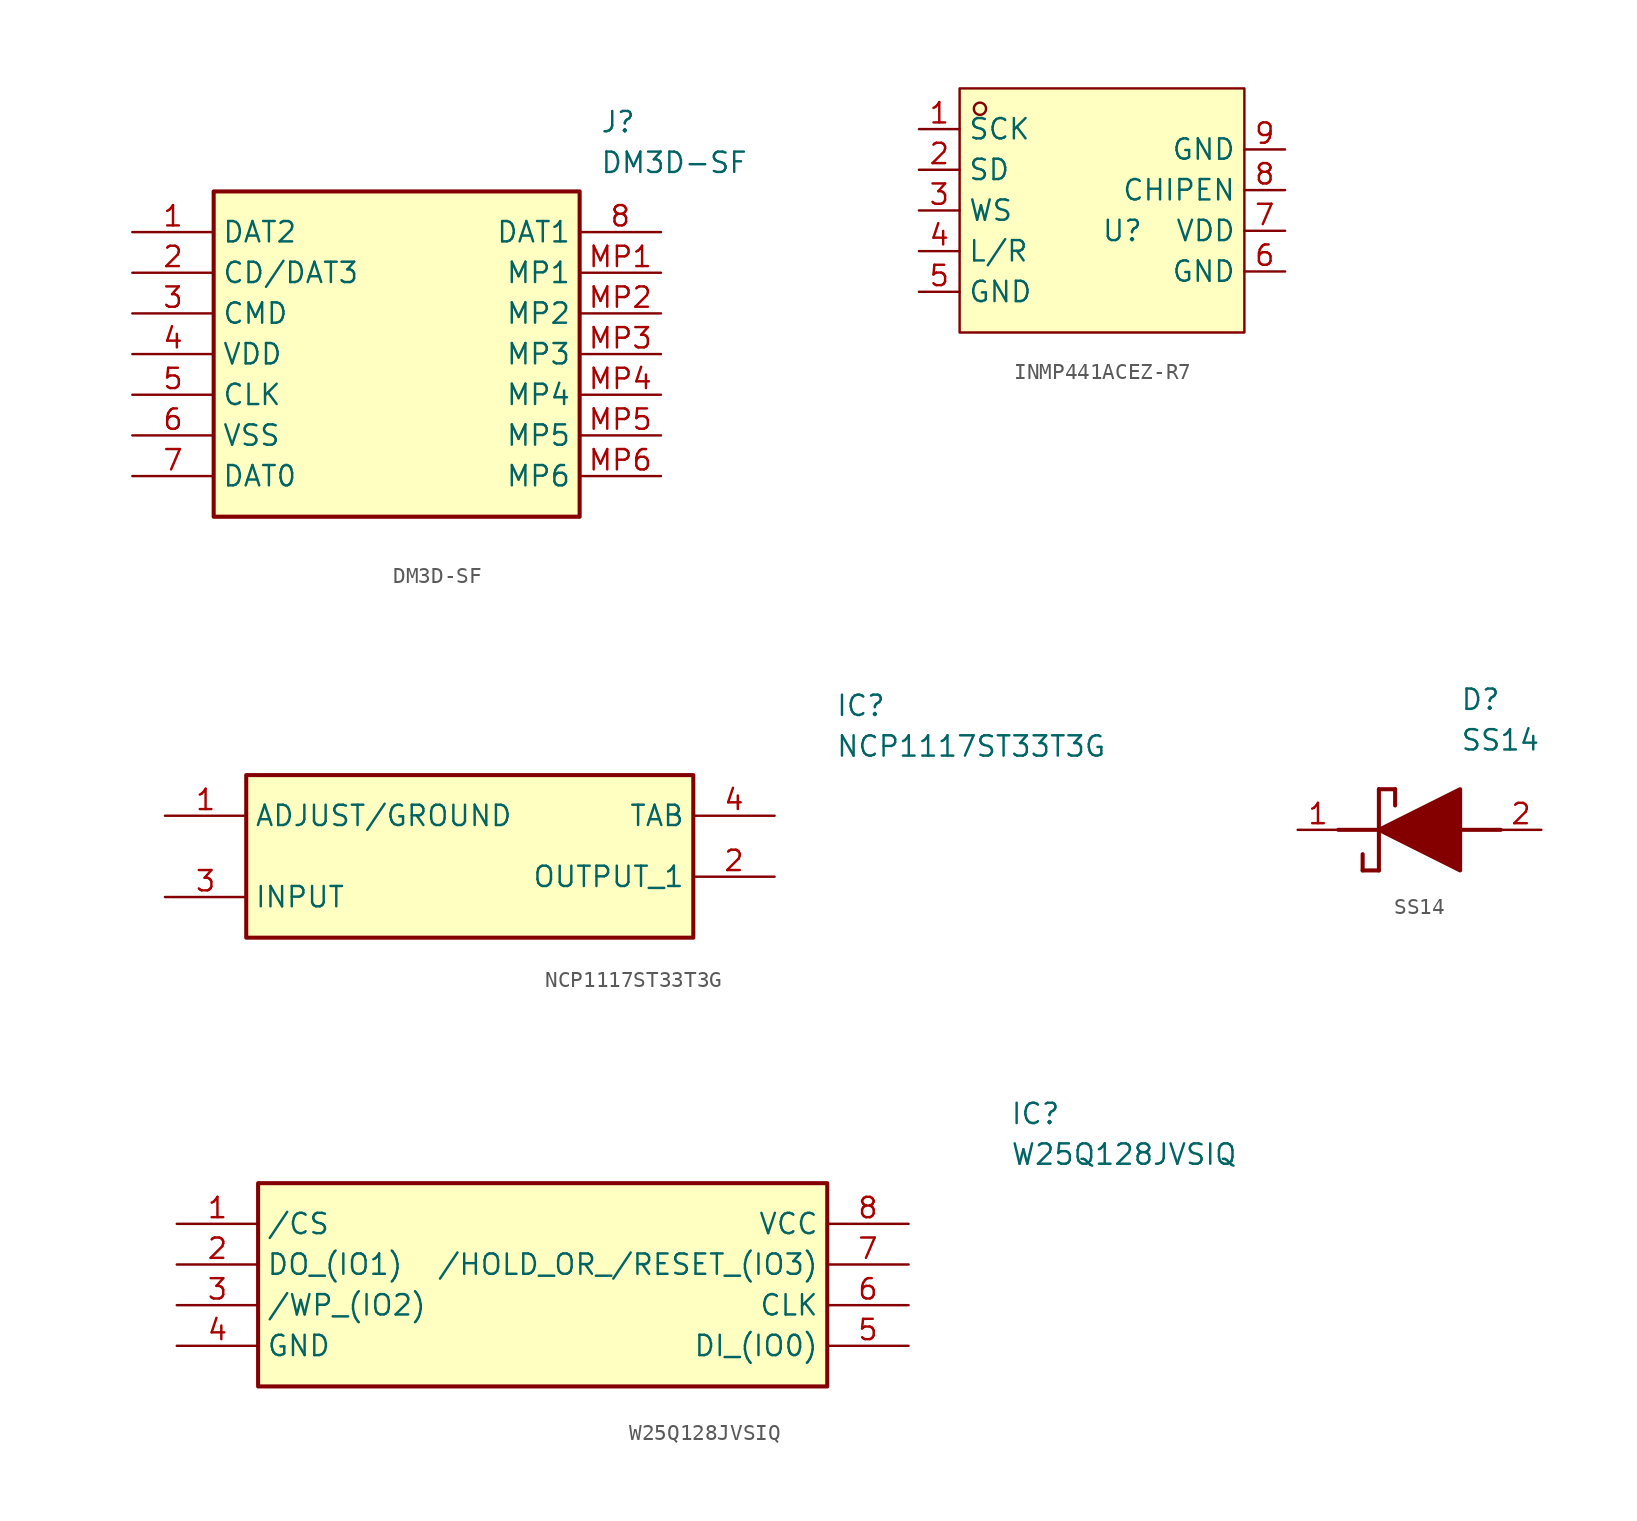
<source format=kicad_sym>
(kicad_symbol_lib
  (version 20241209)
  (generator "kicad_symbol_editor")
  (generator_version "9.0")
  (symbol "DM3D-SF"
    (property "Reference" "J"
      (at 29.21 7.62 0)
      (effects (font (size 1.27 1.27)) (justify left top)))
    (property "Value" "DM3D-SF"
      (at 29.21 5.08 0)
      (effects (font (size 1.27 1.27)) (justify left top)))
    (symbol "DM3D-SF_1_1"
      (rectangle (start 5.08 2.54) (end 27.94 -17.78) (stroke (width 0.254) (type default)) (fill (type background)))
      (pin passive line (at 0 0 0) (length 5.08) (name "DAT2" (effects (font (size 1.27 1.27)))) (number "1" (effects (font (size 1.27 1.27)))))
      (pin passive line (at 0 -2.54 0) (length 5.08) (name "CD/DAT3" (effects (font (size 1.27 1.27)))) (number "2" (effects (font (size 1.27 1.27)))))
      (pin passive line (at 0 -5.08 0) (length 5.08) (name "CMD" (effects (font (size 1.27 1.27)))) (number "3" (effects (font (size 1.27 1.27)))))
      (pin passive line (at 0 -7.62 0) (length 5.08) (name "VDD" (effects (font (size 1.27 1.27)))) (number "4" (effects (font (size 1.27 1.27)))))
      (pin passive line (at 0 -10.16 0) (length 5.08) (name "CLK" (effects (font (size 1.27 1.27)))) (number "5" (effects (font (size 1.27 1.27)))))
      (pin passive line (at 0 -12.7 0) (length 5.08) (name "VSS" (effects (font (size 1.27 1.27)))) (number "6" (effects (font (size 1.27 1.27)))))
      (pin passive line (at 0 -15.24 0) (length 5.08) (name "DAT0" (effects (font (size 1.27 1.27)))) (number "7" (effects (font (size 1.27 1.27)))))
      (pin passive line (at 33.02 0 180) (length 5.08) (name "DAT1" (effects (font (size 1.27 1.27)))) (number "8" (effects (font (size 1.27 1.27)))))
      (pin passive line (at 33.02 -2.54 180) (length 5.08) (name "MP1" (effects (font (size 1.27 1.27)))) (number "MP1" (effects (font (size 1.27 1.27)))))
      (pin passive line (at 33.02 -5.08 180) (length 5.08) (name "MP2" (effects (font (size 1.27 1.27)))) (number "MP2" (effects (font (size 1.27 1.27)))))
      (pin passive line (at 33.02 -7.62 180) (length 5.08) (name "MP3" (effects (font (size 1.27 1.27)))) (number "MP3" (effects (font (size 1.27 1.27)))))
      (pin passive line (at 33.02 -10.16 180) (length 5.08) (name "MP4" (effects (font (size 1.27 1.27)))) (number "MP4" (effects (font (size 1.27 1.27)))))
      (pin passive line (at 33.02 -12.7 180) (length 5.08) (name "MP5" (effects (font (size 1.27 1.27)))) (number "MP5" (effects (font (size 1.27 1.27)))))
      (pin passive line (at 33.02 -15.24 180) (length 5.08) (name "MP6" (effects (font (size 1.27 1.27)))) (number "MP6" (effects (font (size 1.27 1.27)))))))
  (symbol "INMP441ACEZ-R7"
    (property "Reference" "U"
      (at 0 0 0)
      (effects (font (size 1.27 1.27))))
    (property "Value" ""
      (at 0 0 0)
      (effects (font (size 1.27 1.27))))
    (symbol "INMP441ACEZ-R7_1_0"
      (rectangle (start -10.16 8.89) (end 7.62 -6.35) (stroke (width 0) (type default)) (fill (type color) (color 255 255 194 1)))
      (circle (center -8.89 7.62) (radius 0.381) (stroke (width 0) (type default)) (fill (type none)))
      (pin bidirectional line (at -12.7 6.35 0) (length 2.54) (name "SCK" (effects (font (size 1.27 1.27)))) (number "1" (effects (font (size 1.27 1.27)))))
      (pin bidirectional line (at -12.7 3.81 0) (length 2.54) (name "SD" (effects (font (size 1.27 1.27)))) (number "2" (effects (font (size 1.27 1.27)))))
      (pin bidirectional line (at -12.7 1.27 0) (length 2.54) (name "WS" (effects (font (size 1.27 1.27)))) (number "3" (effects (font (size 1.27 1.27)))))
      (pin passive line (at -12.7 -1.27 0) (length 2.54) (name "L/R" (effects (font (size 1.27 1.27)))) (number "4" (effects (font (size 1.27 1.27)))))
      (pin passive line (at -12.7 -3.81 0) (length 2.54) (name "GND" (effects (font (size 1.27 1.27)))) (number "5" (effects (font (size 1.27 1.27)))))
      (pin passive line (at 10.16 5.08 180) (length 2.54) (name "GND" (effects (font (size 1.27 1.27)))) (number "9" (effects (font (size 1.27 1.27)))))
      (pin bidirectional line (at 10.16 2.54 180) (length 2.54) (name "CHIPEN" (effects (font (size 1.27 1.27)))) (number "8" (effects (font (size 1.27 1.27)))))
      (pin bidirectional line (at 10.16 0 180) (length 2.54) (name "VDD" (effects (font (size 1.27 1.27)))) (number "7" (effects (font (size 1.27 1.27)))))
      (pin passive line (at 10.16 -2.54 180) (length 2.54) (name "GND" (effects (font (size 1.27 1.27)))) (number "6" (effects (font (size 1.27 1.27)))))))
  (symbol "NCP1117ST33T3G"
    (property "Reference" "IC"
      (at 41.91 7.62 0)
      (effects (font (size 1.27 1.27)) (justify left top)))
    (property "Value" "NCP1117ST33T3G"
      (at 41.91 5.08 0)
      (effects (font (size 1.27 1.27)) (justify left top)))
    (symbol "NCP1117ST33T3G_1_1"
      (rectangle (start 5.08 2.54) (end 33.02 -7.62) (stroke (width 0.254) (type default)) (fill (type background)))
      (pin passive line (at 0 0 0) (length 5.08) (name "ADJUST/GROUND" (effects (font (size 1.27 1.27)))) (number "1" (effects (font (size 1.27 1.27)))))
      (pin passive line (at 0 -5.08 0) (length 5.08) (name "INPUT" (effects (font (size 1.27 1.27)))) (number "3" (effects (font (size 1.27 1.27)))))
      (pin passive line (at 38.1 0 180) (length 5.08) (name "TAB" (effects (font (size 1.27 1.27)))) (number "4" (effects (font (size 1.27 1.27)))))
      (pin power_out line (at 38.1 -3.81 180) (length 5.08) (name "OUTPUT_1" (effects (font (size 1.27 1.27)))) (number "2" (effects (font (size 1.27 1.27)))))))
  (symbol "SS14"
    (pin_names
      (hide yes))
    (property "Reference" "D"
      (at 12.7 8.89 0)
      (effects (font (size 1.27 1.27)) (justify left top)))
    (property "Value" "SS14"
      (at 12.7 6.35 0)
      (effects (font (size 1.27 1.27)) (justify left top)))
    (symbol "SS14_1_1"
      (polyline (pts (xy 5.08 0) (xy 7.62 0)) (stroke (width 0.254) (type default)) (fill (type none)))
      (polyline (pts (xy 6.604 -1.524) (xy 6.604 -2.54)) (stroke (width 0.254) (type default)) (fill (type none)))
      (polyline (pts (xy 7.62 2.54) (xy 7.62 -2.54)) (stroke (width 0.254) (type default)) (fill (type none)))
      (polyline (pts (xy 7.62 2.54) (xy 8.636 2.54)) (stroke (width 0.254) (type default)) (fill (type none)))
      (polyline (pts (xy 7.62 0) (xy 12.7 2.54) (xy 12.7 -2.54) (xy 7.62 0)) (stroke (width 0.254) (type default)) (fill (type outline)))
      (polyline (pts (xy 7.62 -2.54) (xy 6.604 -2.54)) (stroke (width 0.254) (type default)) (fill (type none)))
      (polyline (pts (xy 8.636 1.524) (xy 8.636 2.54)) (stroke (width 0.254) (type default)) (fill (type none)))
      (polyline (pts (xy 12.7 0) (xy 15.24 0)) (stroke (width 0.254) (type default)) (fill (type none)))
      (pin passive line (at 2.54 0 0) (length 2.54) (name "K" (effects (font (size 1.27 1.27)))) (number "1" (effects (font (size 1.27 1.27)))))
      (pin power_out line (at 17.78 0 180) (length 2.54) (name "A" (effects (font (size 1.27 1.27)))) (number "2" (effects (font (size 1.27 1.27)))))))
  (symbol "W25Q128JVSIQ"
    (property "Reference" "IC"
      (at 52.07 7.62 0)
      (effects (font (size 1.27 1.27)) (justify left top)))
    (property "Value" "W25Q128JVSIQ"
      (at 52.07 5.08 0)
      (effects (font (size 1.27 1.27)) (justify left top)))
    (symbol "W25Q128JVSIQ_1_1"
      (rectangle (start 5.08 2.54) (end 40.64 -10.16) (stroke (width 0.254) (type default)) (fill (type background)))
      (pin passive line (at 0 0 0) (length 5.08) (name "/CS" (effects (font (size 1.27 1.27)))) (number "1" (effects (font (size 1.27 1.27)))))
      (pin passive line (at 0 -2.54 0) (length 5.08) (name "DO_(IO1)" (effects (font (size 1.27 1.27)))) (number "2" (effects (font (size 1.27 1.27)))))
      (pin passive line (at 0 -5.08 0) (length 5.08) (name "/WP_(IO2)" (effects (font (size 1.27 1.27)))) (number "3" (effects (font (size 1.27 1.27)))))
      (pin passive line (at 0 -7.62 0) (length 5.08) (name "GND" (effects (font (size 1.27 1.27)))) (number "4" (effects (font (size 1.27 1.27)))))
      (pin passive line (at 45.72 0 180) (length 5.08) (name "VCC" (effects (font (size 1.27 1.27)))) (number "8" (effects (font (size 1.27 1.27)))))
      (pin passive line (at 45.72 -2.54 180) (length 5.08) (name "/HOLD_OR_/RESET_(IO3)" (effects (font (size 1.27 1.27)))) (number "7" (effects (font (size 1.27 1.27)))))
      (pin passive line (at 45.72 -5.08 180) (length 5.08) (name "CLK" (effects (font (size 1.27 1.27)))) (number "6" (effects (font (size 1.27 1.27)))))
      (pin passive line (at 45.72 -7.62 180) (length 5.08) (name "DI_(IO0)" (effects (font (size 1.27 1.27)))) (number "5" (effects (font (size 1.27 1.27))))))))
</source>
